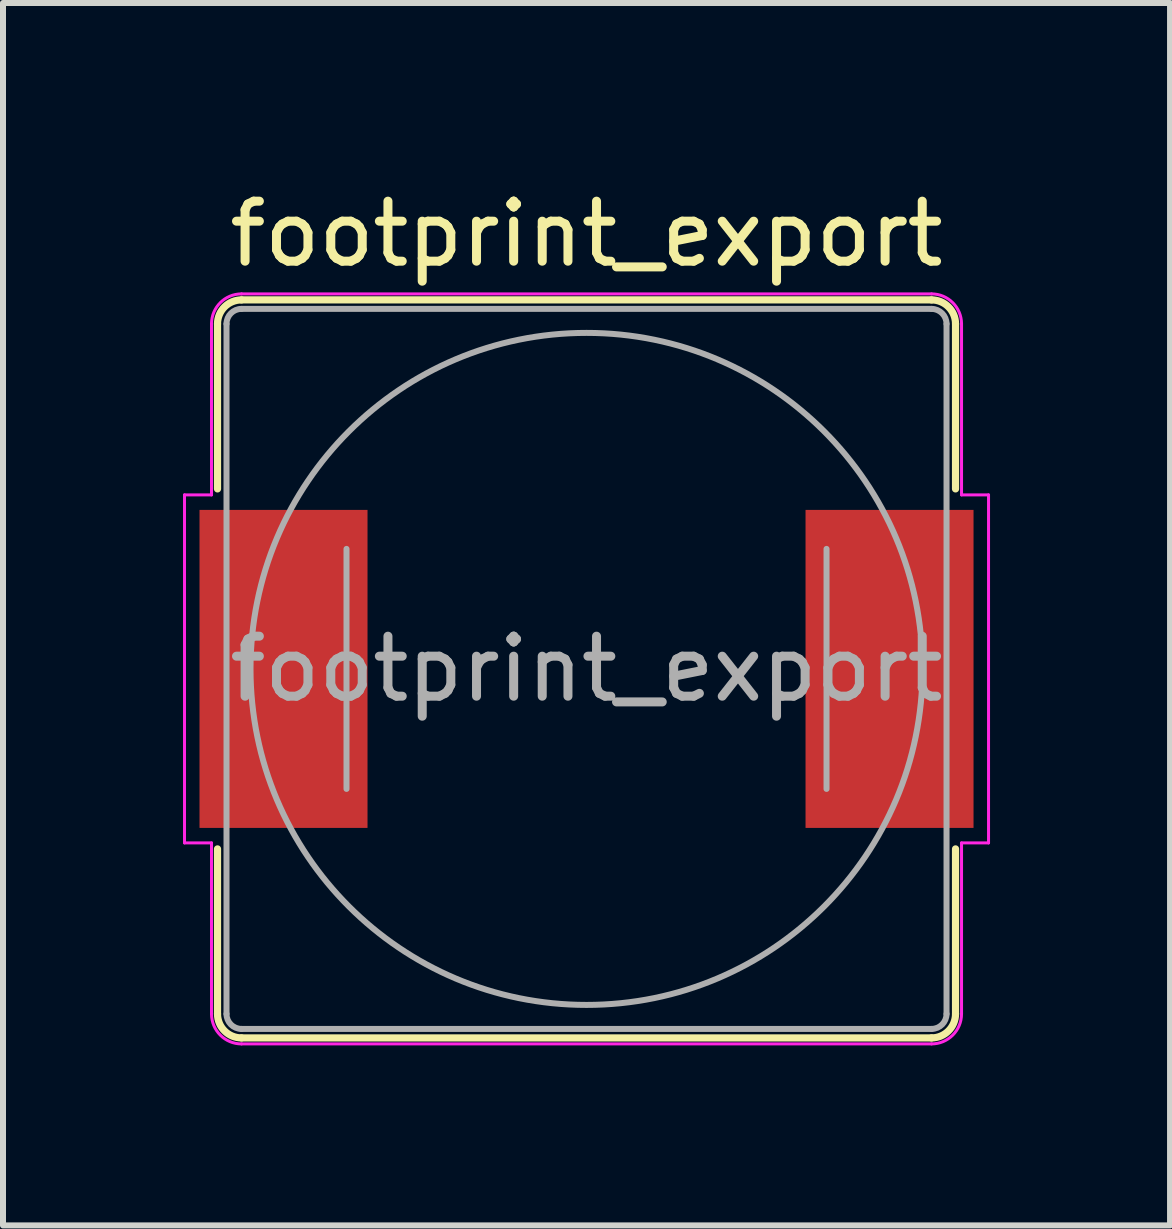
<source format=kicad_pcb>
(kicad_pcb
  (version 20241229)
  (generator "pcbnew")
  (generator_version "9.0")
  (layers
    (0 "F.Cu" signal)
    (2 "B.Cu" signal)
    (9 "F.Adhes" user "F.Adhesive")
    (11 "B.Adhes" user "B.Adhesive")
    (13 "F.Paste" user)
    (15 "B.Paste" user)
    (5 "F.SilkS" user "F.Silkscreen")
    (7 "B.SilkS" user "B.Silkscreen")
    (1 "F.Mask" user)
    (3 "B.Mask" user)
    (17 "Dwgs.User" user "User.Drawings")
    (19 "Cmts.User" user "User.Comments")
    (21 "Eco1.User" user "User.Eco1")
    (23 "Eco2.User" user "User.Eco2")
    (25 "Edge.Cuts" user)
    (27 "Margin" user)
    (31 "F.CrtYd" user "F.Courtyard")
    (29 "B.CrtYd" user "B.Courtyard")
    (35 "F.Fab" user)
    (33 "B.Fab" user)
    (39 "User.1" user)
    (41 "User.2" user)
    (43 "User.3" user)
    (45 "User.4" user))
  (footprint "footprint_export"
    (layer "F.Cu")
    (at 6.725 8.098)
    (property "Reference" "footprint_export" (at 0 -7.25 0) (layer "F.SilkS") (effects (font (size 1 1) (thickness 0.15))))
    (attr smd)
    (fp_line (start -6.15 -5.75) (end -6.15 -3) (stroke (width 0.12) (type solid)) (layer "F.SilkS"))
    (fp_line (start -6.15 3) (end -6.15 5.75) (stroke (width 0.12) (type solid)) (layer "F.SilkS"))
    (fp_line (start -5.75 -6.15) (end 5.75 -6.15) (stroke (width 0.12) (type solid)) (layer "F.SilkS"))
    (fp_line (start 5.75 6.15) (end -5.75 6.15) (stroke (width 0.12) (type solid)) (layer "F.SilkS"))
    (fp_line (start 6.15 -5.75) (end 6.15 -3) (stroke (width 0.12) (type solid)) (layer "F.SilkS"))
    (fp_line (start 6.15 3) (end 6.15 5.75) (stroke (width 0.12) (type solid)) (layer "F.SilkS"))
    (fp_arc (start -6.15 -5.75) (mid -6.032843 -6.032843) (end -5.75 -6.15) (stroke (width 0.12) (type solid)) (layer "F.SilkS"))
    (fp_arc (start -5.75 6.15) (mid -6.032843 6.032843) (end -6.15 5.75) (stroke (width 0.12) (type solid)) (layer "F.SilkS"))
    (fp_arc (start 5.75 -6.15) (mid 6.032843 -6.032843) (end 6.15 -5.75) (stroke (width 0.12) (type solid)) (layer "F.SilkS"))
    (fp_arc (start 6.15 5.75) (mid 6.032843 6.032843) (end 5.75 6.15) (stroke (width 0.12) (type solid)) (layer "F.SilkS"))
    (fp_line (start -6.7 -2.9) (end -6.7 2.9) (stroke (width 0.05) (type solid)) (layer "F.CrtYd"))
    (fp_line (start -6.7 -2.9) (end -6.25 -2.9) (stroke (width 0.05) (type solid)) (layer "F.CrtYd"))
    (fp_line (start -6.25 -5.75) (end -6.25 -2.9) (stroke (width 0.05) (type solid)) (layer "F.CrtYd"))
    (fp_line (start -6.25 2.9) (end -6.7 2.9) (stroke (width 0.05) (type solid)) (layer "F.CrtYd"))
    (fp_line (start -6.25 5.75) (end -6.25 2.9) (stroke (width 0.05) (type solid)) (layer "F.CrtYd"))
    (fp_line (start -5.75 -6.25) (end 5.75 -6.25) (stroke (width 0.05) (type solid)) (layer "F.CrtYd"))
    (fp_line (start 5.75 6.25) (end -5.75 6.25) (stroke (width 0.05) (type solid)) (layer "F.CrtYd"))
    (fp_line (start 6.25 -5.75) (end 6.25 -2.9) (stroke (width 0.05) (type solid)) (layer "F.CrtYd"))
    (fp_line (start 6.25 2.9) (end 6.25 5.75) (stroke (width 0.05) (type solid)) (layer "F.CrtYd"))
    (fp_line (start 6.7 -2.9) (end 6.25 -2.9) (stroke (width 0.05) (type solid)) (layer "F.CrtYd"))
    (fp_line (start 6.7 -2.9) (end 6.7 2.9) (stroke (width 0.05) (type solid)) (layer "F.CrtYd"))
    (fp_line (start 6.7 2.9) (end 6.25 2.9) (stroke (width 0.05) (type solid)) (layer "F.CrtYd"))
    (fp_arc (start -6.25 -5.75) (mid -6.103553 -6.103553) (end -5.75 -6.25) (stroke (width 0.05) (type solid)) (layer "F.CrtYd"))
    (fp_arc (start -5.75 6.25) (mid -6.103553 6.103553) (end -6.25 5.75) (stroke (width 0.05) (type solid)) (layer "F.CrtYd"))
    (fp_arc (start 5.75 -6.25) (mid 6.103553 -6.103553) (end 6.25 -5.75) (stroke (width 0.05) (type solid)) (layer "F.CrtYd"))
    (fp_arc (start 6.25 5.75) (mid 6.103553 6.103553) (end 5.75 6.25) (stroke (width 0.05) (type solid)) (layer "F.CrtYd"))
    (fp_line (start -6 -5.75) (end -6 5.75) (stroke (width 0.1) (type solid)) (layer "F.Fab"))
    (fp_line (start -5.75 -6) (end 5.75 -6) (stroke (width 0.1) (type solid)) (layer "F.Fab"))
    (fp_line (start -4 2) (end -4 -2) (stroke (width 0.1) (type solid)) (layer "F.Fab"))
    (fp_line (start 4 -2) (end 4 2) (stroke (width 0.1) (type solid)) (layer "F.Fab"))
    (fp_line (start 5.75 6) (end -5.75 6) (stroke (width 0.1) (type solid)) (layer "F.Fab"))
    (fp_line (start 6 -5.75) (end 6 5.75) (stroke (width 0.1) (type solid)) (layer "F.Fab"))
    (fp_arc (start -6 -5.75) (mid -5.926777 -5.926777) (end -5.75 -6) (stroke (width 0.1) (type solid)) (layer "F.Fab"))
    (fp_arc (start -5.75 6) (mid -5.926777 5.926777) (end -6 5.75) (stroke (width 0.1) (type solid)) (layer "F.Fab"))
    (fp_arc (start 5.75 -6) (mid 5.926777 -5.926777) (end 6 -5.75) (stroke (width 0.1) (type solid)) (layer "F.Fab"))
    (fp_arc (start 6 5.75) (mid 5.926777 5.926777) (end 5.75 6) (stroke (width 0.1) (type solid)) (layer "F.Fab"))
    (fp_circle (center 0 0) (end 0 -5.6) (stroke (width 0.1) (type solid)) (fill no) (layer "F.Fab"))
    (fp_text user "${REFERENCE}" (at 0 0 0) (layer "F.Fab") (effects (font (size 1 1) (thickness 0.15))))
    (pad "1" smd rect (at -5.05 0) (size 2.8 5.3) (layers "F.Cu" "F.Mask" "F.Paste"))
    (pad "2" smd rect (at 5.05 0) (size 2.8 5.3) (layers "F.Cu" "F.Mask" "F.Paste")))
  (gr_rect
    (start -3 -3)
    (end 16.45 17.373)
    (stroke (width 0.1) (type default))
    (fill no)
    (layer "Edge.Cuts")))
</source>
